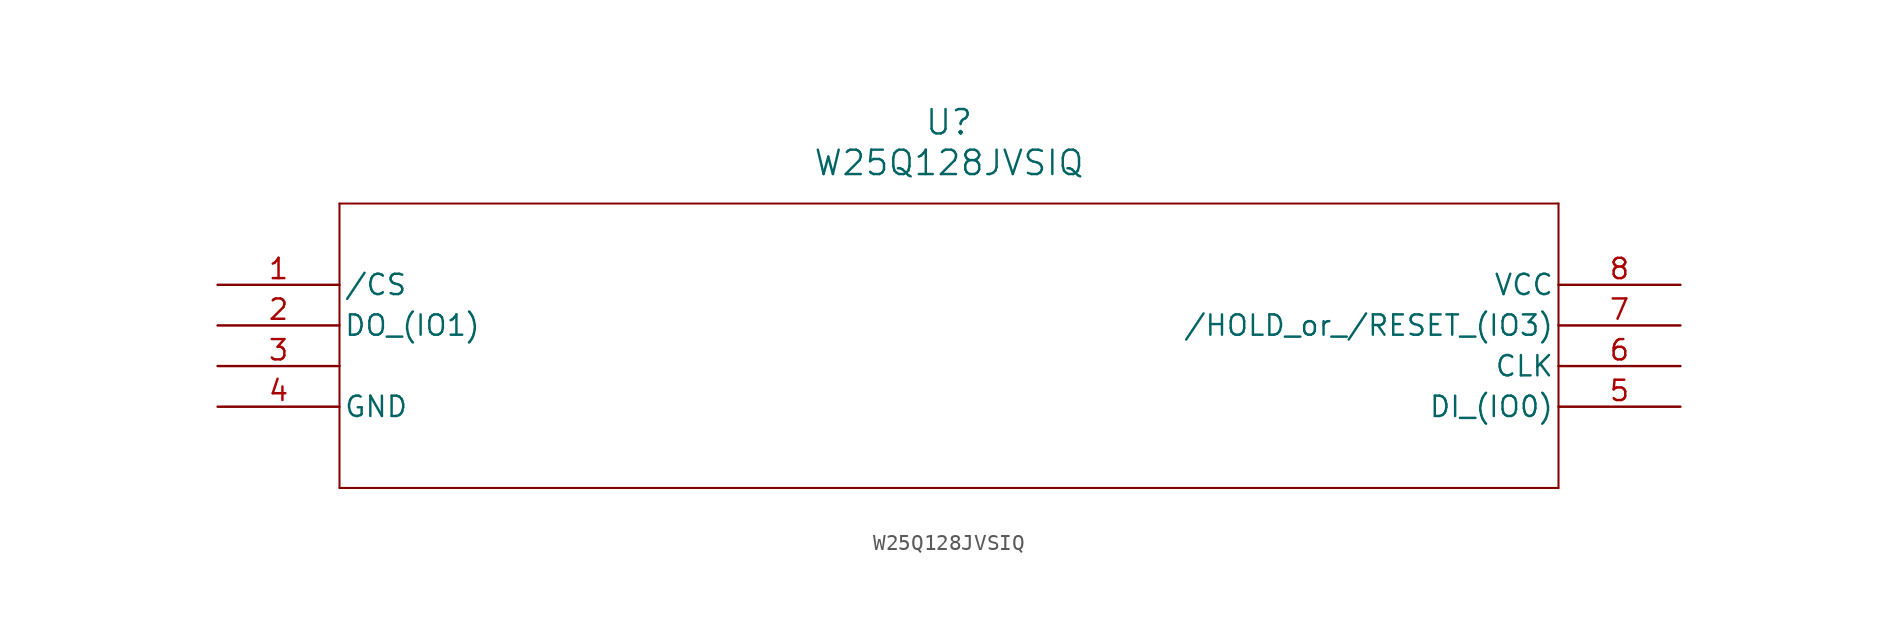
<source format=kicad_sym>
(kicad_symbol_lib
  (version 20220914)
  (generator kicad_symbol_editor)
  (symbol "W25Q128JVSIQ"
    (pin_names
      (offset 0.254))
    (property "Reference" "U"
      (at 45.72 10.16 0)
      (effects (font (size 1.524 1.524))))
    (property "Value" "W25Q128JVSIQ"
      (at 45.72 7.62 0)
      (effects (font (size 1.524 1.524))))
    (property "ki_locked" ""
      (at 0 0 0)
      (effects (font (size 1.27 1.27))))
    (symbol "W25Q128JVSIQ_0_1"
      (polyline (pts (xy 7.62 -12.7) (xy 83.82 -12.7)) (stroke (width 0.127) (type default)) (fill (type none)))
      (polyline (pts (xy 7.62 5.08) (xy 7.62 -12.7)) (stroke (width 0.127) (type default)) (fill (type none)))
      (polyline (pts (xy 83.82 -12.7) (xy 83.82 5.08)) (stroke (width 0.127) (type default)) (fill (type none)))
      (polyline (pts (xy 83.82 5.08) (xy 7.62 5.08)) (stroke (width 0.127) (type default)) (fill (type none)))
      (pin unspecified line (at 0 0 0) (length 7.62) (name "/CS" (effects (font (size 1.27 1.27)))) (number "1" (effects (font (size 1.27 1.27)))))
      (pin unspecified line (at 0 -2.54 0) (length 7.62) (name "DO_(IO1)" (effects (font (size 1.27 1.27)))) (number "2" (effects (font (size 1.27 1.27)))))
      (pin unspecified line (at 0 -5.08 0) (length 7.62) (name "" (effects (font (size 1.27 1.27)))) (number "3" (effects (font (size 1.27 1.27)))))
      (pin power_out line (at 0 -7.62 0) (length 7.62) (name "GND" (effects (font (size 1.27 1.27)))) (number "4" (effects (font (size 1.27 1.27)))))
      (pin unspecified line (at 91.44 -7.62 180) (length 7.62) (name "DI_(IO0)" (effects (font (size 1.27 1.27)))) (number "5" (effects (font (size 1.27 1.27)))))
      (pin unspecified line (at 91.44 -5.08 180) (length 7.62) (name "CLK" (effects (font (size 1.27 1.27)))) (number "6" (effects (font (size 1.27 1.27)))))
      (pin unspecified line (at 91.44 -2.54 180) (length 7.62) (name "/HOLD_or_/RESET_(IO3)" (effects (font (size 1.27 1.27)))) (number "7" (effects (font (size 1.27 1.27)))))
      (pin power_in line (at 91.44 0 180) (length 7.62) (name "VCC" (effects (font (size 1.27 1.27)))) (number "8" (effects (font (size 1.27 1.27))))))))
</source>
